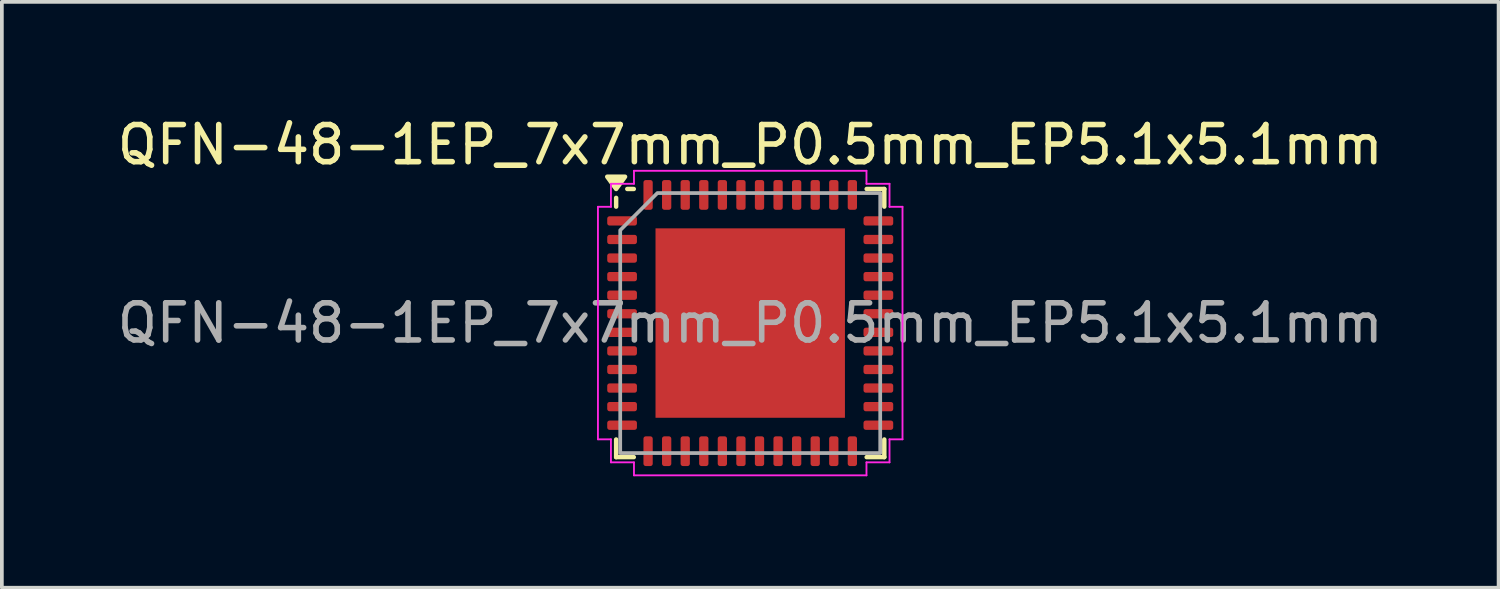
<source format=kicad_pcb>
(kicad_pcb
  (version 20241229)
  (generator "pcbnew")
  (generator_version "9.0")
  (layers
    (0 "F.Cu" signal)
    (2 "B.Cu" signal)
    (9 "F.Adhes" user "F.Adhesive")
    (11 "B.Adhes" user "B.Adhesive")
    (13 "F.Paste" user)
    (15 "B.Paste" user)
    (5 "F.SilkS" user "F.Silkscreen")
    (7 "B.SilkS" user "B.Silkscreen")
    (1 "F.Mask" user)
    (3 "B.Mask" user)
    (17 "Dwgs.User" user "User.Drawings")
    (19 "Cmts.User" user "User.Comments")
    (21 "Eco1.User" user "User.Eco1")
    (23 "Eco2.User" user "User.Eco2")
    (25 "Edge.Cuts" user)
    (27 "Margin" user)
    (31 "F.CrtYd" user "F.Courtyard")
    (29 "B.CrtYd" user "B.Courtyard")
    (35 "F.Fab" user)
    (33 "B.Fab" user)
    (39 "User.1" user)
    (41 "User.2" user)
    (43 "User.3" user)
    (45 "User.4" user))
  (footprint "QFN-48-1EP_7x7mm_P0.5mm_EP5.1x5.1mm"
    (layer "F.Cu")
    (at 17.149 5.648)
    (property "Reference" "QFN-48-1EP_7x7mm_P0.5mm_EP5.1x5.1mm" (at 0 -4.8 0) (layer "F.SilkS") (effects (font (size 1 1) (thickness 0.15))))
    (attr smd)
    (fp_line (start -3.61 -3.135) (end -3.61 -3.37) (stroke (width 0.12) (type solid)) (layer "F.SilkS"))
    (fp_line (start -3.61 3.61) (end -3.61 3.135) (stroke (width 0.12) (type solid)) (layer "F.SilkS"))
    (fp_line (start -3.135 -3.61) (end -3.31 -3.61) (stroke (width 0.12) (type solid)) (layer "F.SilkS"))
    (fp_line (start -3.135 3.61) (end -3.61 3.61) (stroke (width 0.12) (type solid)) (layer "F.SilkS"))
    (fp_line (start 3.135 -3.61) (end 3.61 -3.61) (stroke (width 0.12) (type solid)) (layer "F.SilkS"))
    (fp_line (start 3.135 3.61) (end 3.61 3.61) (stroke (width 0.12) (type solid)) (layer "F.SilkS"))
    (fp_line (start 3.61 -3.61) (end 3.61 -3.135) (stroke (width 0.12) (type solid)) (layer "F.SilkS"))
    (fp_line (start 3.61 3.61) (end 3.61 3.135) (stroke (width 0.12) (type solid)) (layer "F.SilkS"))
    (fp_poly (pts (xy -3.61 -3.61) (xy -3.85 -3.94) (xy -3.37 -3.94)) (stroke (width 0.12) (type solid)) (fill yes) (layer "F.SilkS"))
    (fp_line (start -4.1 -3.13) (end -3.75 -3.13) (stroke (width 0.05) (type solid)) (layer "F.CrtYd"))
    (fp_line (start -4.1 3.13) (end -4.1 -3.13) (stroke (width 0.05) (type solid)) (layer "F.CrtYd"))
    (fp_line (start -3.75 -3.75) (end -3.13 -3.75) (stroke (width 0.05) (type solid)) (layer "F.CrtYd"))
    (fp_line (start -3.75 -3.13) (end -3.75 -3.75) (stroke (width 0.05) (type solid)) (layer "F.CrtYd"))
    (fp_line (start -3.75 3.13) (end -4.1 3.13) (stroke (width 0.05) (type solid)) (layer "F.CrtYd"))
    (fp_line (start -3.75 3.75) (end -3.75 3.13) (stroke (width 0.05) (type solid)) (layer "F.CrtYd"))
    (fp_line (start -3.13 -4.1) (end 3.13 -4.1) (stroke (width 0.05) (type solid)) (layer "F.CrtYd"))
    (fp_line (start -3.13 -3.75) (end -3.13 -4.1) (stroke (width 0.05) (type solid)) (layer "F.CrtYd"))
    (fp_line (start -3.13 3.75) (end -3.75 3.75) (stroke (width 0.05) (type solid)) (layer "F.CrtYd"))
    (fp_line (start -3.13 4.1) (end -3.13 3.75) (stroke (width 0.05) (type solid)) (layer "F.CrtYd"))
    (fp_line (start 3.13 -4.1) (end 3.13 -3.75) (stroke (width 0.05) (type solid)) (layer "F.CrtYd"))
    (fp_line (start 3.13 -3.75) (end 3.75 -3.75) (stroke (width 0.05) (type solid)) (layer "F.CrtYd"))
    (fp_line (start 3.13 3.75) (end 3.13 4.1) (stroke (width 0.05) (type solid)) (layer "F.CrtYd"))
    (fp_line (start 3.13 4.1) (end -3.13 4.1) (stroke (width 0.05) (type solid)) (layer "F.CrtYd"))
    (fp_line (start 3.75 -3.75) (end 3.75 -3.13) (stroke (width 0.05) (type solid)) (layer "F.CrtYd"))
    (fp_line (start 3.75 -3.13) (end 4.1 -3.13) (stroke (width 0.05) (type solid)) (layer "F.CrtYd"))
    (fp_line (start 3.75 3.13) (end 3.75 3.75) (stroke (width 0.05) (type solid)) (layer "F.CrtYd"))
    (fp_line (start 3.75 3.75) (end 3.13 3.75) (stroke (width 0.05) (type solid)) (layer "F.CrtYd"))
    (fp_line (start 4.1 -3.13) (end 4.1 3.13) (stroke (width 0.05) (type solid)) (layer "F.CrtYd"))
    (fp_line (start 4.1 3.13) (end 3.75 3.13) (stroke (width 0.05) (type solid)) (layer "F.CrtYd"))
    (fp_poly (pts (xy -3.5 -2.5) (xy -3.5 3.5) (xy 3.5 3.5) (xy 3.5 -3.5) (xy -2.5 -3.5)) (stroke (width 0.1) (type solid)) (fill no) (layer "F.Fab"))
    (fp_text user "${REFERENCE}" (at 0 0 0) (layer "F.Fab") (effects (font (size 1 1) (thickness 0.15))))
    (pad "" smd roundrect (at -1.905 -1.905) (size 1.03 1.03) (layers "F.Paste") (roundrect_rratio 0.243))
    (pad "" smd roundrect (at -1.905 -0.635) (size 1.03 1.03) (layers "F.Paste") (roundrect_rratio 0.243))
    (pad "" smd roundrect (at -1.905 0.635) (size 1.03 1.03) (layers "F.Paste") (roundrect_rratio 0.243))
    (pad "" smd roundrect (at -1.905 1.905) (size 1.03 1.03) (layers "F.Paste") (roundrect_rratio 0.243))
    (pad "" smd roundrect (at -0.635 -1.905) (size 1.03 1.03) (layers "F.Paste") (roundrect_rratio 0.243))
    (pad "" smd roundrect (at -0.635 -0.635) (size 1.03 1.03) (layers "F.Paste") (roundrect_rratio 0.243))
    (pad "" smd roundrect (at -0.635 0.635) (size 1.03 1.03) (layers "F.Paste") (roundrect_rratio 0.243))
    (pad "" smd roundrect (at -0.635 1.905) (size 1.03 1.03) (layers "F.Paste") (roundrect_rratio 0.243))
    (pad "" smd roundrect (at 0.635 -1.905) (size 1.03 1.03) (layers "F.Paste") (roundrect_rratio 0.243))
    (pad "" smd roundrect (at 0.635 -0.635) (size 1.03 1.03) (layers "F.Paste") (roundrect_rratio 0.243))
    (pad "" smd roundrect (at 0.635 0.635) (size 1.03 1.03) (layers "F.Paste") (roundrect_rratio 0.243))
    (pad "" smd roundrect (at 0.635 1.905) (size 1.03 1.03) (layers "F.Paste") (roundrect_rratio 0.243))
    (pad "" smd roundrect (at 1.905 -1.905) (size 1.03 1.03) (layers "F.Paste") (roundrect_rratio 0.243))
    (pad "" smd roundrect (at 1.905 -0.635) (size 1.03 1.03) (layers "F.Paste") (roundrect_rratio 0.243))
    (pad "" smd roundrect (at 1.905 0.635) (size 1.03 1.03) (layers "F.Paste") (roundrect_rratio 0.243))
    (pad "" smd roundrect (at 1.905 1.905) (size 1.03 1.03) (layers "F.Paste") (roundrect_rratio 0.243))
    (pad "1" smd roundrect (at -3.45 -2.75) (size 0.8 0.25) (layers "F.Cu" "F.Mask" "F.Paste") (roundrect_rratio 0.25))
    (pad "2" smd roundrect (at -3.45 -2.25) (size 0.8 0.25) (layers "F.Cu" "F.Mask" "F.Paste") (roundrect_rratio 0.25))
    (pad "3" smd roundrect (at -3.45 -1.75) (size 0.8 0.25) (layers "F.Cu" "F.Mask" "F.Paste") (roundrect_rratio 0.25))
    (pad "4" smd roundrect (at -3.45 -1.25) (size 0.8 0.25) (layers "F.Cu" "F.Mask" "F.Paste") (roundrect_rratio 0.25))
    (pad "5" smd roundrect (at -3.45 -0.75) (size 0.8 0.25) (layers "F.Cu" "F.Mask" "F.Paste") (roundrect_rratio 0.25))
    (pad "6" smd roundrect (at -3.45 -0.25) (size 0.8 0.25) (layers "F.Cu" "F.Mask" "F.Paste") (roundrect_rratio 0.25))
    (pad "7" smd roundrect (at -3.45 0.25) (size 0.8 0.25) (layers "F.Cu" "F.Mask" "F.Paste") (roundrect_rratio 0.25))
    (pad "8" smd roundrect (at -3.45 0.75) (size 0.8 0.25) (layers "F.Cu" "F.Mask" "F.Paste") (roundrect_rratio 0.25))
    (pad "9" smd roundrect (at -3.45 1.25) (size 0.8 0.25) (layers "F.Cu" "F.Mask" "F.Paste") (roundrect_rratio 0.25))
    (pad "10" smd roundrect (at -3.45 1.75) (size 0.8 0.25) (layers "F.Cu" "F.Mask" "F.Paste") (roundrect_rratio 0.25))
    (pad "11" smd roundrect (at -3.45 2.25) (size 0.8 0.25) (layers "F.Cu" "F.Mask" "F.Paste") (roundrect_rratio 0.25))
    (pad "12" smd roundrect (at -3.45 2.75) (size 0.8 0.25) (layers "F.Cu" "F.Mask" "F.Paste") (roundrect_rratio 0.25))
    (pad "13" smd roundrect (at -2.75 3.45) (size 0.25 0.8) (layers "F.Cu" "F.Mask" "F.Paste") (roundrect_rratio 0.25))
    (pad "14" smd roundrect (at -2.25 3.45) (size 0.25 0.8) (layers "F.Cu" "F.Mask" "F.Paste") (roundrect_rratio 0.25))
    (pad "15" smd roundrect (at -1.75 3.45) (size 0.25 0.8) (layers "F.Cu" "F.Mask" "F.Paste") (roundrect_rratio 0.25))
    (pad "16" smd roundrect (at -1.25 3.45) (size 0.25 0.8) (layers "F.Cu" "F.Mask" "F.Paste") (roundrect_rratio 0.25))
    (pad "17" smd roundrect (at -0.75 3.45) (size 0.25 0.8) (layers "F.Cu" "F.Mask" "F.Paste") (roundrect_rratio 0.25))
    (pad "18" smd roundrect (at -0.25 3.45) (size 0.25 0.8) (layers "F.Cu" "F.Mask" "F.Paste") (roundrect_rratio 0.25))
    (pad "19" smd roundrect (at 0.25 3.45) (size 0.25 0.8) (layers "F.Cu" "F.Mask" "F.Paste") (roundrect_rratio 0.25))
    (pad "20" smd roundrect (at 0.75 3.45) (size 0.25 0.8) (layers "F.Cu" "F.Mask" "F.Paste") (roundrect_rratio 0.25))
    (pad "21" smd roundrect (at 1.25 3.45) (size 0.25 0.8) (layers "F.Cu" "F.Mask" "F.Paste") (roundrect_rratio 0.25))
    (pad "22" smd roundrect (at 1.75 3.45) (size 0.25 0.8) (layers "F.Cu" "F.Mask" "F.Paste") (roundrect_rratio 0.25))
    (pad "23" smd roundrect (at 2.25 3.45) (size 0.25 0.8) (layers "F.Cu" "F.Mask" "F.Paste") (roundrect_rratio 0.25))
    (pad "24" smd roundrect (at 2.75 3.45) (size 0.25 0.8) (layers "F.Cu" "F.Mask" "F.Paste") (roundrect_rratio 0.25))
    (pad "25" smd roundrect (at 3.45 2.75) (size 0.8 0.25) (layers "F.Cu" "F.Mask" "F.Paste") (roundrect_rratio 0.25))
    (pad "26" smd roundrect (at 3.45 2.25) (size 0.8 0.25) (layers "F.Cu" "F.Mask" "F.Paste") (roundrect_rratio 0.25))
    (pad "27" smd roundrect (at 3.45 1.75) (size 0.8 0.25) (layers "F.Cu" "F.Mask" "F.Paste") (roundrect_rratio 0.25))
    (pad "28" smd roundrect (at 3.45 1.25) (size 0.8 0.25) (layers "F.Cu" "F.Mask" "F.Paste") (roundrect_rratio 0.25))
    (pad "29" smd roundrect (at 3.45 0.75) (size 0.8 0.25) (layers "F.Cu" "F.Mask" "F.Paste") (roundrect_rratio 0.25))
    (pad "30" smd roundrect (at 3.45 0.25) (size 0.8 0.25) (layers "F.Cu" "F.Mask" "F.Paste") (roundrect_rratio 0.25))
    (pad "31" smd roundrect (at 3.45 -0.25) (size 0.8 0.25) (layers "F.Cu" "F.Mask" "F.Paste") (roundrect_rratio 0.25))
    (pad "32" smd roundrect (at 3.45 -0.75) (size 0.8 0.25) (layers "F.Cu" "F.Mask" "F.Paste") (roundrect_rratio 0.25))
    (pad "33" smd roundrect (at 3.45 -1.25) (size 0.8 0.25) (layers "F.Cu" "F.Mask" "F.Paste") (roundrect_rratio 0.25))
    (pad "34" smd roundrect (at 3.45 -1.75) (size 0.8 0.25) (layers "F.Cu" "F.Mask" "F.Paste") (roundrect_rratio 0.25))
    (pad "35" smd roundrect (at 3.45 -2.25) (size 0.8 0.25) (layers "F.Cu" "F.Mask" "F.Paste") (roundrect_rratio 0.25))
    (pad "36" smd roundrect (at 3.45 -2.75) (size 0.8 0.25) (layers "F.Cu" "F.Mask" "F.Paste") (roundrect_rratio 0.25))
    (pad "37" smd roundrect (at 2.75 -3.45) (size 0.25 0.8) (layers "F.Cu" "F.Mask" "F.Paste") (roundrect_rratio 0.25))
    (pad "38" smd roundrect (at 2.25 -3.45) (size 0.25 0.8) (layers "F.Cu" "F.Mask" "F.Paste") (roundrect_rratio 0.25))
    (pad "39" smd roundrect (at 1.75 -3.45) (size 0.25 0.8) (layers "F.Cu" "F.Mask" "F.Paste") (roundrect_rratio 0.25))
    (pad "40" smd roundrect (at 1.25 -3.45) (size 0.25 0.8) (layers "F.Cu" "F.Mask" "F.Paste") (roundrect_rratio 0.25))
    (pad "41" smd roundrect (at 0.75 -3.45) (size 0.25 0.8) (layers "F.Cu" "F.Mask" "F.Paste") (roundrect_rratio 0.25))
    (pad "42" smd roundrect (at 0.25 -3.45) (size 0.25 0.8) (layers "F.Cu" "F.Mask" "F.Paste") (roundrect_rratio 0.25))
    (pad "43" smd roundrect (at -0.25 -3.45) (size 0.25 0.8) (layers "F.Cu" "F.Mask" "F.Paste") (roundrect_rratio 0.25))
    (pad "44" smd roundrect (at -0.75 -3.45) (size 0.25 0.8) (layers "F.Cu" "F.Mask" "F.Paste") (roundrect_rratio 0.25))
    (pad "45" smd roundrect (at -1.25 -3.45) (size 0.25 0.8) (layers "F.Cu" "F.Mask" "F.Paste") (roundrect_rratio 0.25))
    (pad "46" smd roundrect (at -1.75 -3.45) (size 0.25 0.8) (layers "F.Cu" "F.Mask" "F.Paste") (roundrect_rratio 0.25))
    (pad "47" smd roundrect (at -2.25 -3.45) (size 0.25 0.8) (layers "F.Cu" "F.Mask" "F.Paste") (roundrect_rratio 0.25))
    (pad "48" smd roundrect (at -2.75 -3.45) (size 0.25 0.8) (layers "F.Cu" "F.Mask" "F.Paste") (roundrect_rratio 0.25))
    (pad "49" smd rect (at 0 0) (size 5.1 5.1) (property pad_prop_heatsink) (layers "F.Cu" "F.Mask")))
  (gr_rect
    (start -3 -3)
    (end 37.298 12.773)
    (stroke (width 0.1) (type default))
    (fill no)
    (layer "Edge.Cuts")))
</source>
